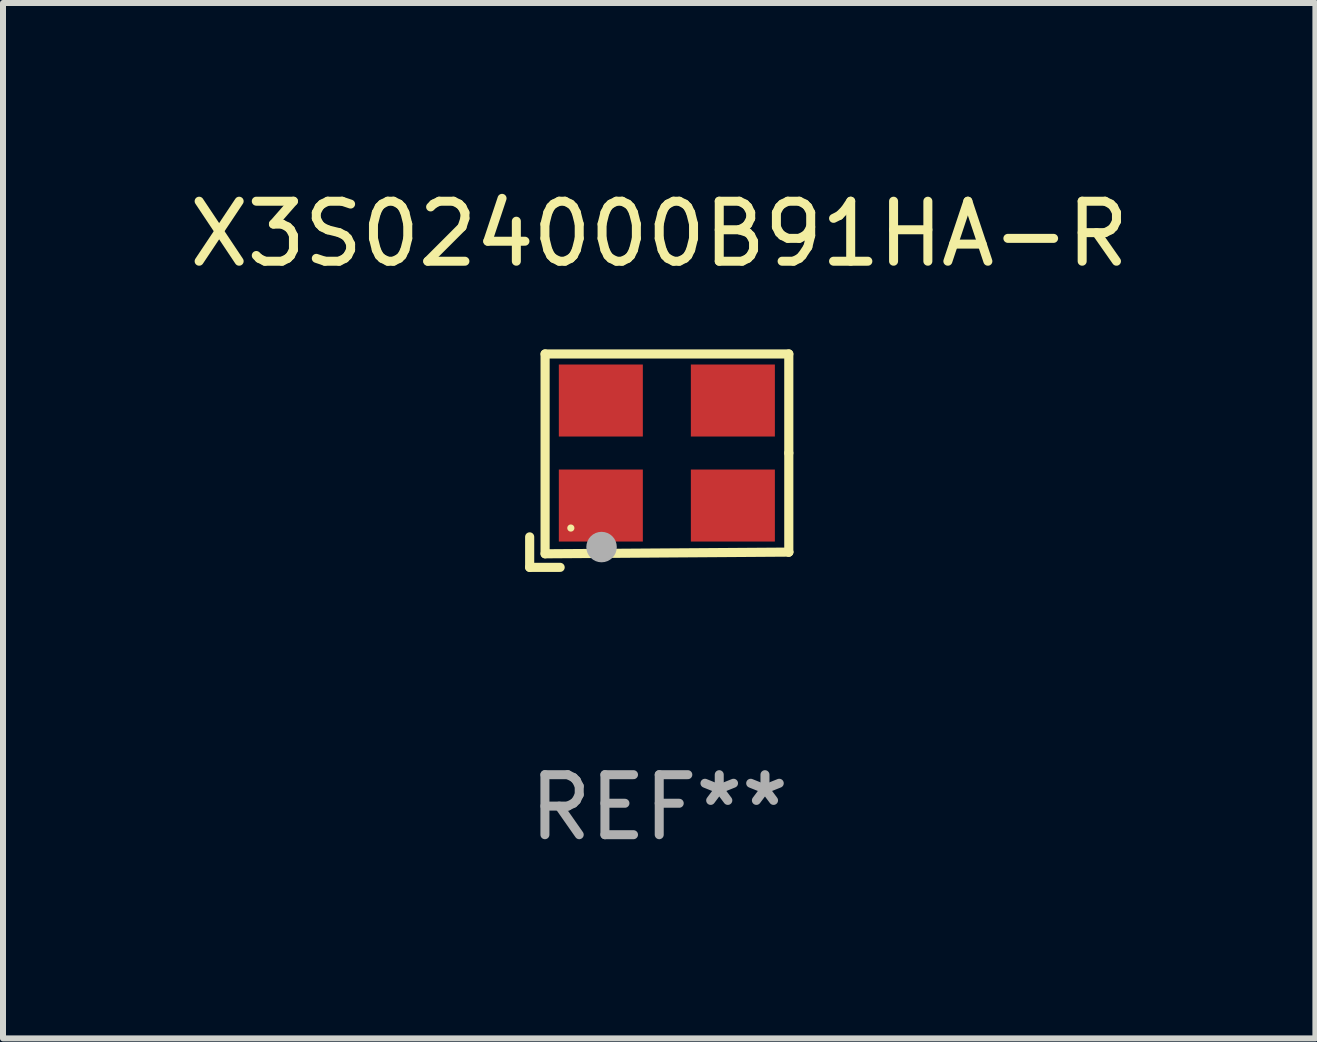
<source format=kicad_pcb>
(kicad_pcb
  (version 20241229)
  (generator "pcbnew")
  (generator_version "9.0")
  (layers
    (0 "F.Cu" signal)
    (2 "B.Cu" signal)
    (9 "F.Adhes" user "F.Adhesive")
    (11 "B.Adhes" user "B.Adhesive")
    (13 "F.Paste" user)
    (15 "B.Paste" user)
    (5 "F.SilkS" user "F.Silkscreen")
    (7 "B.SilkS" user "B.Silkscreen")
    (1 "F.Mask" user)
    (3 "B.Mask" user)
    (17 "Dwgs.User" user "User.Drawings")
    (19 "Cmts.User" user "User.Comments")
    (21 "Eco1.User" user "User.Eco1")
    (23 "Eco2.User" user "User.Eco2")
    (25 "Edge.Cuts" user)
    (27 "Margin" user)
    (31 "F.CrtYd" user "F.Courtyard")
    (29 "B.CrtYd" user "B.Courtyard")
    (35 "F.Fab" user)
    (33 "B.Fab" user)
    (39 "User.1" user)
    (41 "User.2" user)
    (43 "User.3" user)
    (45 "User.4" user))
  (footprint "X3S024000B91HA-R"
    (layer "F.Cu")
    (at 7.935 4.626)
    (property "Reference" "X3S024000B91HA-R" (at 0 -3.778 0) (layer "F.SilkS") (effects (font (size 1 1) (thickness 0.15))))
    (attr through_hole)
    (fp_line (start -2.159 1.27) (end -2.159 1.778) (stroke (width 0.152) (type solid)) (layer "F.SilkS"))
    (fp_line (start -2.159 1.778) (end -1.651 1.778) (stroke (width 0.152) (type solid)) (layer "F.SilkS"))
    (fp_line (start -1.902 -1.778) (end 2.159 -1.778) (stroke (width 0.152) (type solid)) (layer "F.SilkS"))
    (fp_line (start -1.902 1.552) (end -1.902 -1.778) (stroke (width 0.152) (type solid)) (layer "F.SilkS"))
    (fp_line (start 2.159 -1.778) (end 2.159 -0.127) (stroke (width 0.152) (type solid)) (layer "F.SilkS"))
    (fp_line (start 2.159 -0.127) (end 2.159 1.524) (stroke (width 0.152) (type solid)) (layer "F.SilkS"))
    (fp_line (start 2.159 1.524) (end -1.902 1.552) (stroke (width 0.152) (type solid)) (layer "F.SilkS"))
    (fp_line (start 2.159 1.524) (end 2.159 1.524) (stroke (width 0.152) (type solid)) (layer "F.SilkS"))
    (fp_circle (center -1.473 1.123) (end -1.443 1.123) (stroke (width 0.06) (type solid)) (fill no) (layer "F.SilkS"))
    (fp_circle (center -0.961 1.44) (end -0.834 1.44) (stroke (width 0.254) (type solid)) (fill no) (layer "F.Fab"))
    (fp_text user "REF**" (at 0 5.778 0) (layer "F.Fab") (effects (font (size 1 1) (thickness 0.15))))
    (pad "1" smd rect (at -0.973 0.748) (size 1.4 1.2) (layers "F.Cu" "F.Mask" "F.Paste"))
    (pad "2" smd rect (at 1.227 0.748) (size 1.4 1.2) (layers "F.Cu" "F.Mask" "F.Paste"))
    (pad "3" smd rect (at 1.227 -1.002) (size 1.4 1.2) (layers "F.Cu" "F.Mask" "F.Paste"))
    (pad "4" smd rect (at -0.973 -1.002) (size 1.4 1.2) (layers "F.Cu" "F.Mask" "F.Paste")))
  (gr_rect
    (start -3 -3)
    (end 18.869 14.253)
    (stroke (width 0.1) (type default))
    (fill no)
    (layer "Edge.Cuts")))
</source>
